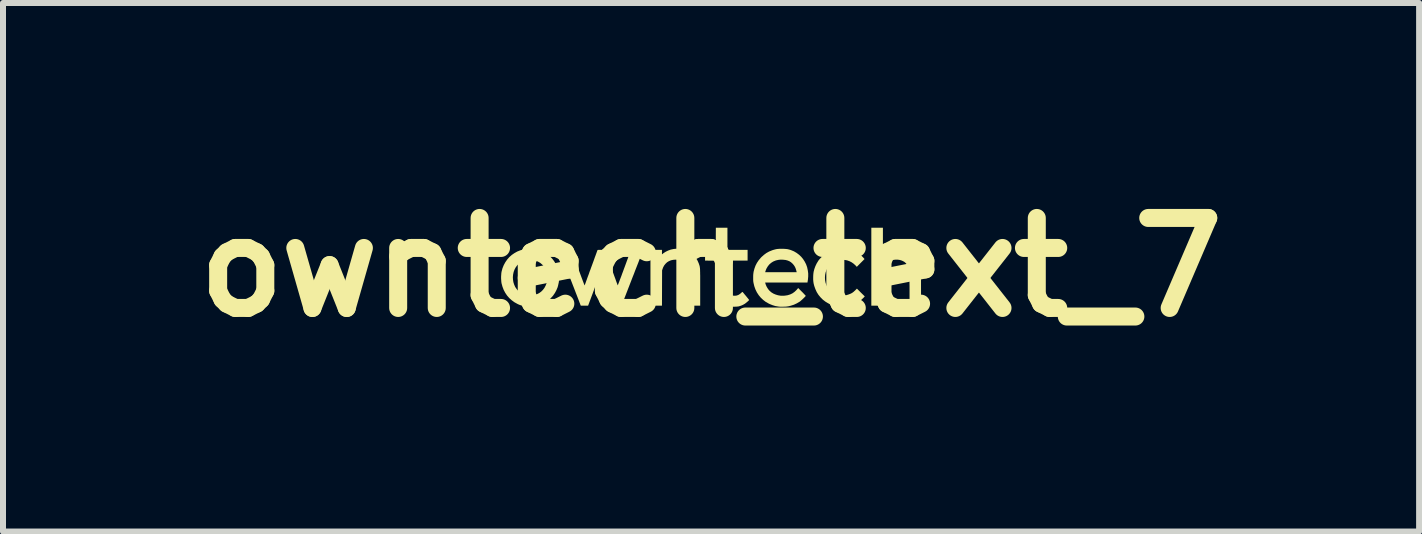
<source format=kicad_pcb>
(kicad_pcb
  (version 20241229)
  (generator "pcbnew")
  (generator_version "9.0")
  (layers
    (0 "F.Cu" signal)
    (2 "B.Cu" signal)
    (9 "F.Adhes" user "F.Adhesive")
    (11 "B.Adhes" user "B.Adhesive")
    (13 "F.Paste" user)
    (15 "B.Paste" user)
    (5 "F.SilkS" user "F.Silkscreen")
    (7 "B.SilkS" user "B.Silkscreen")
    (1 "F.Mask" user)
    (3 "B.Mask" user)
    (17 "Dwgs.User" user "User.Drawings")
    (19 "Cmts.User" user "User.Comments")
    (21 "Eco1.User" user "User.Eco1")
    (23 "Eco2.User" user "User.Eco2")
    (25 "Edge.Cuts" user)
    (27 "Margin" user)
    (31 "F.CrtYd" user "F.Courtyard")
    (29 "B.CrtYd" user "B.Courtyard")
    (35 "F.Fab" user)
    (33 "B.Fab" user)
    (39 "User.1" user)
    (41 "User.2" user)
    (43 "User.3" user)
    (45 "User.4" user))
  (footprint "owntech_text_7"
    (layer "F.Cu")
    (at 8.8 1.404)
    (property "Reference" "owntech_text_7" (at 0 0 0) (layer "F.SilkS") (effects (font (size 1.5 1.5) (thickness 0.3))))
    (attr board_only exclude_from_pos_files exclude_from_bom)
    (fp_poly (pts (xy -0.531 -0.309) (xy -0.483 -0.303) (xy -0.441 -0.293) (xy -0.413 -0.283) (xy -0.382 -0.268) (xy -0.352 -0.25) (xy -0.323 -0.231) (xy -0.298 -0.21) (xy -0.282 -0.193) (xy -0.252 -0.155) (xy -0.226 -0.112) (xy -0.206 -0.067) (xy -0.201 -0.053) (xy -0.198 -0.043) (xy -0.195 -0.034) (xy -0.192 -0.026) (xy -0.19 -0.017) (xy -0.188 -0.008) (xy -0.187 0.002) (xy -0.185 0.014) (xy -0.184 0.028) (xy -0.183 0.043) (xy -0.183 0.062) (xy -0.182 0.084) (xy -0.182 0.11) (xy -0.181 0.14) (xy -0.181 0.174) (xy -0.181 0.213) (xy -0.181 0.258) (xy -0.181 0.308) (xy -0.181 0.337) (xy -0.181 0.64) (xy -0.277 0.64) (xy -0.373 0.64) (xy -0.374 0.343) (xy -0.375 0.047) (xy -0.383 0.023) (xy -0.397 -0.013) (xy -0.415 -0.045) (xy -0.438 -0.071) (xy -0.464 -0.092) (xy -0.485 -0.104) (xy -0.512 -0.115) (xy -0.539 -0.123) (xy -0.569 -0.127) (xy -0.591 -0.127) (xy -0.631 -0.124) (xy -0.668 -0.116) (xy -0.702 -0.102) (xy -0.733 -0.083) (xy -0.759 -0.058) (xy -0.782 -0.029) (xy -0.8 0.005) (xy -0.808 0.028) (xy -0.816 0.051) (xy -0.817 0.345) (xy -0.818 0.64) (xy -0.914 0.64) (xy -1.01 0.64) (xy -1.01 0.175) (xy -1.01 -0.29) (xy -0.914 -0.29) (xy -0.818 -0.29) (xy -0.818 -0.253) (xy -0.818 -0.215) (xy -0.794 -0.234) (xy -0.757 -0.258) (xy -0.716 -0.278) (xy -0.672 -0.294) (xy -0.626 -0.304) (xy -0.578 -0.309)) (stroke (width 0) (type solid)) (fill yes) (layer "F.SilkS"))
    (fp_poly (pts (xy 0.273 -0.475) (xy 0.273 -0.29) (xy 0.441 -0.29) (xy 0.609 -0.29) (xy 0.609 -0.201) (xy 0.609 -0.111) (xy 0.44 -0.111) (xy 0.272 -0.111) (xy 0.273 0.138) (xy 0.274 0.387) (xy 0.282 0.406) (xy 0.294 0.43) (xy 0.31 0.448) (xy 0.329 0.462) (xy 0.353 0.471) (xy 0.366 0.473) (xy 0.398 0.475) (xy 0.429 0.471) (xy 0.458 0.46) (xy 0.484 0.443) (xy 0.5 0.429) (xy 0.511 0.419) (xy 0.518 0.413) (xy 0.523 0.411) (xy 0.526 0.412) (xy 0.526 0.412) (xy 0.53 0.417) (xy 0.538 0.426) (xy 0.548 0.438) (xy 0.559 0.452) (xy 0.572 0.467) (xy 0.585 0.483) (xy 0.598 0.499) (xy 0.61 0.513) (xy 0.62 0.526) (xy 0.628 0.536) (xy 0.633 0.543) (xy 0.635 0.545) (xy 0.632 0.549) (xy 0.626 0.556) (xy 0.616 0.565) (xy 0.605 0.575) (xy 0.592 0.586) (xy 0.579 0.596) (xy 0.568 0.605) (xy 0.56 0.61) (xy 0.532 0.626) (xy 0.5 0.64) (xy 0.468 0.65) (xy 0.462 0.652) (xy 0.446 0.654) (xy 0.426 0.656) (xy 0.403 0.657) (xy 0.379 0.658) (xy 0.356 0.658) (xy 0.336 0.657) (xy 0.32 0.655) (xy 0.319 0.655) (xy 0.275 0.643) (xy 0.235 0.627) (xy 0.199 0.606) (xy 0.167 0.58) (xy 0.14 0.549) (xy 0.117 0.513) (xy 0.099 0.472) (xy 0.089 0.441) (xy 0.088 0.436) (xy 0.086 0.432) (xy 0.085 0.427) (xy 0.085 0.421) (xy 0.084 0.413) (xy 0.083 0.404) (xy 0.083 0.392) (xy 0.082 0.378) (xy 0.082 0.361) (xy 0.082 0.339) (xy 0.081 0.314) (xy 0.081 0.284) (xy 0.081 0.249) (xy 0.08 0.208) (xy 0.08 0.162) (xy 0.08 0.153) (xy 0.078 -0.109) (xy -0.011 -0.11) (xy -0.1 -0.111) (xy -0.1 -0.201) (xy -0.1 -0.29) (xy -0.011 -0.291) (xy 0.078 -0.292) (xy 0.079 -0.476) (xy 0.08 -0.659) (xy 0.176 -0.659) (xy 0.273 -0.659)) (stroke (width 0) (type solid)) (fill yes) (layer "F.SilkS"))
    (fp_poly (pts (xy 2.864 -0.439) (xy 2.864 -0.402) (xy 2.864 -0.366) (xy 2.864 -0.334) (xy 2.864 -0.304) (xy 2.864 -0.278) (xy 2.864 -0.256) (xy 2.865 -0.238) (xy 2.865 -0.226) (xy 2.865 -0.22) (xy 2.865 -0.219) (xy 2.868 -0.22) (xy 2.875 -0.225) (xy 2.885 -0.232) (xy 2.888 -0.235) (xy 2.926 -0.26) (xy 2.967 -0.28) (xy 3.011 -0.295) (xy 3.058 -0.304) (xy 3.109 -0.309) (xy 3.161 -0.308) (xy 3.21 -0.301) (xy 3.256 -0.289) (xy 3.3 -0.27) (xy 3.341 -0.246) (xy 3.378 -0.217) (xy 3.391 -0.204) (xy 3.42 -0.171) (xy 3.445 -0.136) (xy 3.465 -0.096) (xy 3.482 -0.052) (xy 3.492 -0.013) (xy 3.493 -0.009) (xy 3.494 -0.003) (xy 3.495 0.003) (xy 3.496 0.01) (xy 3.496 0.02) (xy 3.497 0.031) (xy 3.497 0.045) (xy 3.498 0.063) (xy 3.498 0.084) (xy 3.498 0.108) (xy 3.498 0.137) (xy 3.499 0.171) (xy 3.499 0.21) (xy 3.499 0.254) (xy 3.499 0.304) (xy 3.499 0.326) (xy 3.5 0.64) (xy 3.404 0.64) (xy 3.308 0.64) (xy 3.308 0.365) (xy 3.308 0.31) (xy 3.307 0.261) (xy 3.307 0.216) (xy 3.307 0.177) (xy 3.307 0.142) (xy 3.306 0.114) (xy 3.306 0.091) (xy 3.305 0.074) (xy 3.304 0.064) (xy 3.304 0.062) (xy 3.297 0.024) (xy 3.284 -0.011) (xy 3.267 -0.042) (xy 3.246 -0.068) (xy 3.221 -0.09) (xy 3.195 -0.104) (xy 3.169 -0.115) (xy 3.143 -0.122) (xy 3.116 -0.126) (xy 3.086 -0.127) (xy 3.078 -0.127) (xy 3.041 -0.123) (xy 3.008 -0.115) (xy 2.979 -0.103) (xy 2.952 -0.085) (xy 2.925 -0.062) (xy 2.925 -0.062) (xy 2.912 -0.048) (xy 2.901 -0.035) (xy 2.893 -0.02) (xy 2.887 -0.01) (xy 2.883 -0.002) (xy 2.88 0.006) (xy 2.877 0.013) (xy 2.874 0.02) (xy 2.872 0.028) (xy 2.87 0.037) (xy 2.869 0.047) (xy 2.867 0.059) (xy 2.866 0.073) (xy 2.865 0.091) (xy 2.865 0.111) (xy 2.864 0.135) (xy 2.864 0.163) (xy 2.864 0.196) (xy 2.864 0.233) (xy 2.864 0.276) (xy 2.864 0.325) (xy 2.864 0.352) (xy 2.864 0.64) (xy 2.767 0.64) (xy 2.671 0.64) (xy 2.671 -0.01) (xy 2.671 -0.659) (xy 2.767 -0.659) (xy 2.864 -0.659)) (stroke (width 0) (type solid)) (fill yes) (layer "F.SilkS"))
    (fp_poly (pts (xy 2.21 -0.308) (xy 2.229 -0.308) (xy 2.244 -0.307) (xy 2.257 -0.305) (xy 2.271 -0.303) (xy 2.286 -0.3) (xy 2.288 -0.3) (xy 2.339 -0.286) (xy 2.387 -0.267) (xy 2.433 -0.244) (xy 2.475 -0.217) (xy 2.513 -0.186) (xy 2.544 -0.153) (xy 2.558 -0.137) (xy 2.493 -0.072) (xy 2.429 -0.007) (xy 2.406 -0.032) (xy 2.375 -0.06) (xy 2.342 -0.083) (xy 2.307 -0.101) (xy 2.267 -0.115) (xy 2.267 -0.115) (xy 2.245 -0.119) (xy 2.219 -0.122) (xy 2.191 -0.123) (xy 2.163 -0.122) (xy 2.136 -0.12) (xy 2.113 -0.116) (xy 2.108 -0.115) (xy 2.072 -0.102) (xy 2.038 -0.085) (xy 2.006 -0.064) (xy 1.979 -0.04) (xy 1.964 -0.024) (xy 1.941 0.011) (xy 1.922 0.048) (xy 1.909 0.088) (xy 1.901 0.129) (xy 1.898 0.17) (xy 1.9 0.211) (xy 1.907 0.252) (xy 1.919 0.291) (xy 1.936 0.328) (xy 1.958 0.362) (xy 1.985 0.392) (xy 1.991 0.398) (xy 2.024 0.424) (xy 2.06 0.444) (xy 2.099 0.459) (xy 2.14 0.468) (xy 2.185 0.471) (xy 2.222 0.469) (xy 2.254 0.465) (xy 2.285 0.456) (xy 2.317 0.444) (xy 2.337 0.435) (xy 2.351 0.427) (xy 2.364 0.418) (xy 2.377 0.408) (xy 2.391 0.395) (xy 2.399 0.388) (xy 2.431 0.356) (xy 2.496 0.421) (xy 2.562 0.486) (xy 2.544 0.505) (xy 2.503 0.544) (xy 2.46 0.577) (xy 2.413 0.604) (xy 2.363 0.627) (xy 2.31 0.644) (xy 2.284 0.649) (xy 2.263 0.653) (xy 2.236 0.656) (xy 2.208 0.658) (xy 2.179 0.658) (xy 2.151 0.658) (xy 2.127 0.656) (xy 2.113 0.654) (xy 2.056 0.642) (xy 2.002 0.624) (xy 1.952 0.601) (xy 1.906 0.573) (xy 1.863 0.54) (xy 1.825 0.502) (xy 1.791 0.461) (xy 1.762 0.415) (xy 1.739 0.365) (xy 1.72 0.312) (xy 1.71 0.273) (xy 1.705 0.242) (xy 1.702 0.207) (xy 1.702 0.17) (xy 1.703 0.134) (xy 1.706 0.099) (xy 1.71 0.073) (xy 1.722 0.027) (xy 1.739 -0.019) (xy 1.76 -0.063) (xy 1.785 -0.104) (xy 1.792 -0.115) (xy 1.806 -0.132) (xy 1.824 -0.152) (xy 1.844 -0.172) (xy 1.865 -0.192) (xy 1.885 -0.21) (xy 1.904 -0.224) (xy 1.909 -0.228) (xy 1.954 -0.254) (xy 2.003 -0.276) (xy 2.056 -0.293) (xy 2.095 -0.302) (xy 2.11 -0.305) (xy 2.126 -0.307) (xy 2.145 -0.308) (xy 2.168 -0.308) (xy 2.187 -0.308)) (stroke (width 0) (type solid)) (fill yes) (layer "F.SilkS"))
    (fp_poly (pts (xy -2.978 -0.308) (xy -2.951 -0.306) (xy -2.929 -0.303) (xy -2.924 -0.302) (xy -2.869 -0.288) (xy -2.817 -0.269) (xy -2.769 -0.244) (xy -2.725 -0.215) (xy -2.684 -0.182) (xy -2.648 -0.144) (xy -2.617 -0.104) (xy -2.59 -0.06) (xy -2.567 -0.013) (xy -2.55 0.036) (xy -2.539 0.087) (xy -2.532 0.139) (xy -2.532 0.193) (xy -2.537 0.248) (xy -2.549 0.303) (xy -2.557 0.333) (xy -2.577 0.381) (xy -2.602 0.428) (xy -2.633 0.473) (xy -2.67 0.514) (xy -2.674 0.519) (xy -2.716 0.556) (xy -2.76 0.588) (xy -2.807 0.613) (xy -2.857 0.633) (xy -2.911 0.648) (xy -2.919 0.65) (xy -2.933 0.652) (xy -2.951 0.654) (xy -2.972 0.656) (xy -2.995 0.657) (xy -3.017 0.658) (xy -3.037 0.658) (xy -3.053 0.658) (xy -3.064 0.657) (xy -3.103 0.651) (xy -3.137 0.644) (xy -3.167 0.635) (xy -3.196 0.625) (xy -3.225 0.612) (xy -3.228 0.61) (xy -3.277 0.583) (xy -3.322 0.55) (xy -3.363 0.513) (xy -3.399 0.472) (xy -3.43 0.426) (xy -3.456 0.377) (xy -3.476 0.324) (xy -3.491 0.27) (xy -3.495 0.246) (xy -3.497 0.218) (xy -3.499 0.187) (xy -3.499 0.165) (xy -3.303 0.165) (xy -3.301 0.205) (xy -3.294 0.249) (xy -3.281 0.29) (xy -3.264 0.328) (xy -3.241 0.362) (xy -3.215 0.392) (xy -3.185 0.418) (xy -3.152 0.439) (xy -3.115 0.455) (xy -3.076 0.466) (xy -3.036 0.471) (xy -2.993 0.471) (xy -2.949 0.464) (xy -2.94 0.462) (xy -2.9 0.448) (xy -2.864 0.43) (xy -2.831 0.406) (xy -2.802 0.377) (xy -2.777 0.344) (xy -2.757 0.306) (xy -2.741 0.265) (xy -2.733 0.233) (xy -2.73 0.218) (xy -2.729 0.198) (xy -2.729 0.175) (xy -2.729 0.152) (xy -2.731 0.13) (xy -2.733 0.111) (xy -2.734 0.102) (xy -2.747 0.059) (xy -2.765 0.02) (xy -2.788 -0.016) (xy -2.815 -0.046) (xy -2.847 -0.073) (xy -2.884 -0.094) (xy -2.924 -0.11) (xy -2.939 -0.115) (xy -2.961 -0.119) (xy -2.987 -0.122) (xy -3.015 -0.123) (xy -3.043 -0.122) (xy -3.07 -0.119) (xy -3.092 -0.115) (xy -3.094 -0.115) (xy -3.135 -0.1) (xy -3.172 -0.081) (xy -3.205 -0.057) (xy -3.233 -0.029) (xy -3.257 0.004) (xy -3.276 0.04) (xy -3.29 0.079) (xy -3.299 0.121) (xy -3.303 0.165) (xy -3.499 0.165) (xy -3.499 0.155) (xy -3.497 0.125) (xy -3.495 0.097) (xy -3.491 0.073) (xy -3.491 0.073) (xy -3.476 0.017) (xy -3.455 -0.035) (xy -3.429 -0.083) (xy -3.398 -0.128) (xy -3.363 -0.168) (xy -3.323 -0.204) (xy -3.278 -0.235) (xy -3.23 -0.262) (xy -3.177 -0.283) (xy -3.122 -0.299) (xy -3.113 -0.301) (xy -3.092 -0.304) (xy -3.066 -0.307) (xy -3.037 -0.308) (xy -3.007 -0.309)) (stroke (width 0) (type solid)) (fill yes) (layer "F.SilkS"))
    (fp_poly (pts (xy 1.181 -0.308) (xy 1.216 -0.307) (xy 1.246 -0.305) (xy 1.273 -0.302) (xy 1.298 -0.296) (xy 1.323 -0.289) (xy 1.334 -0.285) (xy 1.382 -0.265) (xy 1.426 -0.239) (xy 1.466 -0.209) (xy 1.503 -0.174) (xy 1.534 -0.136) (xy 1.561 -0.094) (xy 1.584 -0.049) (xy 1.601 -0.001) (xy 1.612 0.05) (xy 1.619 0.102) (xy 1.619 0.155) (xy 1.614 0.21) (xy 1.611 0.226) (xy 1.609 0.239) (xy 1.608 0.249) (xy 1.607 0.253) (xy 1.607 0.253) (xy 1.604 0.254) (xy 1.595 0.254) (xy 1.58 0.254) (xy 1.56 0.254) (xy 1.534 0.254) (xy 1.505 0.254) (xy 1.471 0.254) (xy 1.434 0.254) (xy 1.394 0.254) (xy 1.351 0.255) (xy 1.306 0.255) (xy 1.258 0.255) (xy 1.255 0.255) (xy 0.902 0.255) (xy 0.904 0.265) (xy 0.912 0.291) (xy 0.924 0.319) (xy 0.94 0.347) (xy 0.958 0.373) (xy 0.976 0.393) (xy 1.005 0.418) (xy 1.039 0.439) (xy 1.077 0.455) (xy 1.117 0.467) (xy 1.159 0.474) (xy 1.202 0.475) (xy 1.231 0.473) (xy 1.276 0.466) (xy 1.318 0.453) (xy 1.356 0.435) (xy 1.39 0.411) (xy 1.421 0.382) (xy 1.43 0.372) (xy 1.452 0.346) (xy 1.515 0.409) (xy 1.532 0.426) (xy 1.546 0.441) (xy 1.559 0.455) (xy 1.569 0.465) (xy 1.575 0.473) (xy 1.578 0.476) (xy 1.578 0.476) (xy 1.576 0.481) (xy 1.569 0.488) (xy 1.56 0.498) (xy 1.548 0.51) (xy 1.534 0.524) (xy 1.52 0.537) (xy 1.506 0.549) (xy 1.493 0.561) (xy 1.482 0.57) (xy 1.476 0.574) (xy 1.43 0.601) (xy 1.381 0.624) (xy 1.328 0.641) (xy 1.296 0.649) (xy 1.273 0.653) (xy 1.247 0.656) (xy 1.217 0.657) (xy 1.187 0.658) (xy 1.158 0.658) (xy 1.131 0.656) (xy 1.117 0.654) (xy 1.07 0.646) (xy 1.025 0.632) (xy 0.98 0.614) (xy 0.959 0.604) (xy 0.91 0.576) (xy 0.867 0.543) (xy 0.828 0.506) (xy 0.794 0.465) (xy 0.764 0.419) (xy 0.74 0.37) (xy 0.721 0.317) (xy 0.708 0.263) (xy 0.704 0.24) (xy 0.702 0.213) (xy 0.702 0.184) (xy 0.702 0.153) (xy 0.703 0.123) (xy 0.706 0.096) (xy 0.708 0.082) (xy 0.902 0.082) (xy 1.165 0.082) (xy 1.427 0.082) (xy 1.422 0.061) (xy 1.412 0.026) (xy 1.399 -0.005) (xy 1.382 -0.032) (xy 1.361 -0.058) (xy 1.357 -0.061) (xy 1.333 -0.083) (xy 1.306 -0.1) (xy 1.277 -0.112) (xy 1.244 -0.121) (xy 1.207 -0.125) (xy 1.194 -0.126) (xy 1.156 -0.127) (xy 1.122 -0.123) (xy 1.09 -0.116) (xy 1.073 -0.111) (xy 1.035 -0.095) (xy 1.001 -0.073) (xy 0.971 -0.047) (xy 0.946 -0.016) (xy 0.925 0.019) (xy 0.917 0.037) (xy 0.912 0.05) (xy 0.908 0.062) (xy 0.905 0.071) (xy 0.904 0.073) (xy 0.902 0.082) (xy 0.708 0.082) (xy 0.709 0.075) (xy 0.723 0.022) (xy 0.741 -0.027) (xy 0.764 -0.072) (xy 0.792 -0.114) (xy 0.825 -0.154) (xy 0.84 -0.17) (xy 0.88 -0.206) (xy 0.922 -0.237) (xy 0.967 -0.262) (xy 1.014 -0.281) (xy 1.03 -0.287) (xy 1.055 -0.294) (xy 1.078 -0.3) (xy 1.099 -0.304) (xy 1.122 -0.306) (xy 1.147 -0.308) (xy 1.176 -0.308)) (stroke (width 0) (type solid)) (fill yes) (layer "F.SilkS"))
    (fp_poly (pts (xy -1.208 -0.29) (xy -1.185 -0.29) (xy -1.165 -0.29) (xy -1.149 -0.289) (xy -1.138 -0.289) (xy -1.132 -0.288) (xy -1.131 -0.288) (xy -1.133 -0.284) (xy -1.136 -0.275) (xy -1.142 -0.261) (xy -1.149 -0.241) (xy -1.159 -0.217) (xy -1.17 -0.188) (xy -1.183 -0.155) (xy -1.197 -0.119) (xy -1.212 -0.079) (xy -1.229 -0.036) (xy -1.247 0.01) (xy -1.266 0.058) (xy -1.285 0.109) (xy -1.306 0.161) (xy -1.312 0.177) (xy -1.491 0.639) (xy -1.552 0.64) (xy -1.612 0.64) (xy -1.721 0.351) (xy -1.737 0.309) (xy -1.752 0.27) (xy -1.766 0.232) (xy -1.779 0.198) (xy -1.792 0.166) (xy -1.803 0.138) (xy -1.812 0.114) (xy -1.82 0.094) (xy -1.826 0.079) (xy -1.83 0.069) (xy -1.832 0.065) (xy -1.833 0.064) (xy -1.834 0.068) (xy -1.838 0.077) (xy -1.843 0.091) (xy -1.851 0.11) (xy -1.86 0.134) (xy -1.87 0.161) (xy -1.882 0.192) (xy -1.895 0.226) (xy -1.908 0.263) (xy -1.923 0.303) (xy -1.939 0.343) (xy -1.942 0.353) (xy -2.049 0.64) (xy -2.11 0.64) (xy -2.171 0.64) (xy -2.18 0.618) (xy -2.182 0.612) (xy -2.186 0.601) (xy -2.193 0.584) (xy -2.201 0.562) (xy -2.211 0.536) (xy -2.223 0.505) (xy -2.236 0.471) (xy -2.251 0.433) (xy -2.267 0.391) (xy -2.284 0.347) (xy -2.302 0.301) (xy -2.321 0.252) (xy -2.341 0.201) (xy -2.359 0.153) (xy -2.53 -0.289) (xy -2.43 -0.29) (xy -2.405 -0.29) (xy -2.383 -0.29) (xy -2.363 -0.29) (xy -2.347 -0.289) (xy -2.335 -0.289) (xy -2.329 -0.288) (xy -2.328 -0.288) (xy -2.327 -0.285) (xy -2.323 -0.276) (xy -2.318 -0.261) (xy -2.311 -0.242) (xy -2.302 -0.218) (xy -2.292 -0.191) (xy -2.28 -0.159) (xy -2.267 -0.125) (xy -2.254 -0.088) (xy -2.239 -0.048) (xy -2.224 -0.007) (xy -2.217 0.011) (xy -2.202 0.053) (xy -2.187 0.093) (xy -2.173 0.131) (xy -2.16 0.166) (xy -2.148 0.198) (xy -2.137 0.227) (xy -2.128 0.251) (xy -2.12 0.272) (xy -2.114 0.287) (xy -2.11 0.298) (xy -2.107 0.303) (xy -2.107 0.303) (xy -2.106 0.299) (xy -2.102 0.29) (xy -2.097 0.276) (xy -2.09 0.257) (xy -2.082 0.234) (xy -2.072 0.207) (xy -2.062 0.178) (xy -2.05 0.146) (xy -2.037 0.112) (xy -2.025 0.076) (xy -2.011 0.04) (xy -1.998 0.003) (xy -1.984 -0.034) (xy -1.971 -0.07) (xy -1.958 -0.105) (xy -1.946 -0.139) (xy -1.935 -0.17) (xy -1.924 -0.199) (xy -1.915 -0.224) (xy -1.907 -0.246) (xy -1.901 -0.263) (xy -1.896 -0.276) (xy -1.893 -0.283) (xy -1.893 -0.285) (xy -1.891 -0.287) (xy -1.889 -0.288) (xy -1.884 -0.289) (xy -1.876 -0.29) (xy -1.864 -0.29) (xy -1.847 -0.29) (xy -1.83 -0.29) (xy -1.77 -0.289) (xy -1.664 0.005) (xy -1.649 0.047) (xy -1.634 0.087) (xy -1.62 0.125) (xy -1.607 0.161) (xy -1.595 0.193) (xy -1.585 0.222) (xy -1.576 0.247) (xy -1.568 0.268) (xy -1.562 0.284) (xy -1.558 0.295) (xy -1.556 0.301) (xy -1.555 0.301) (xy -1.554 0.298) (xy -1.55 0.29) (xy -1.545 0.276) (xy -1.538 0.258) (xy -1.529 0.235) (xy -1.519 0.208) (xy -1.507 0.177) (xy -1.494 0.143) (xy -1.481 0.106) (xy -1.466 0.067) (xy -1.451 0.025) (xy -1.444 0.007) (xy -1.335 -0.29) (xy -1.233 -0.29)) (stroke (width 0) (type solid)) (fill yes) (layer "F.SilkS")))
  (gr_rect
    (start -3 -3)
    (end 20.6 5.808)
    (stroke (width 0.1) (type default))
    (fill no)
    (layer "Edge.Cuts")))
</source>
